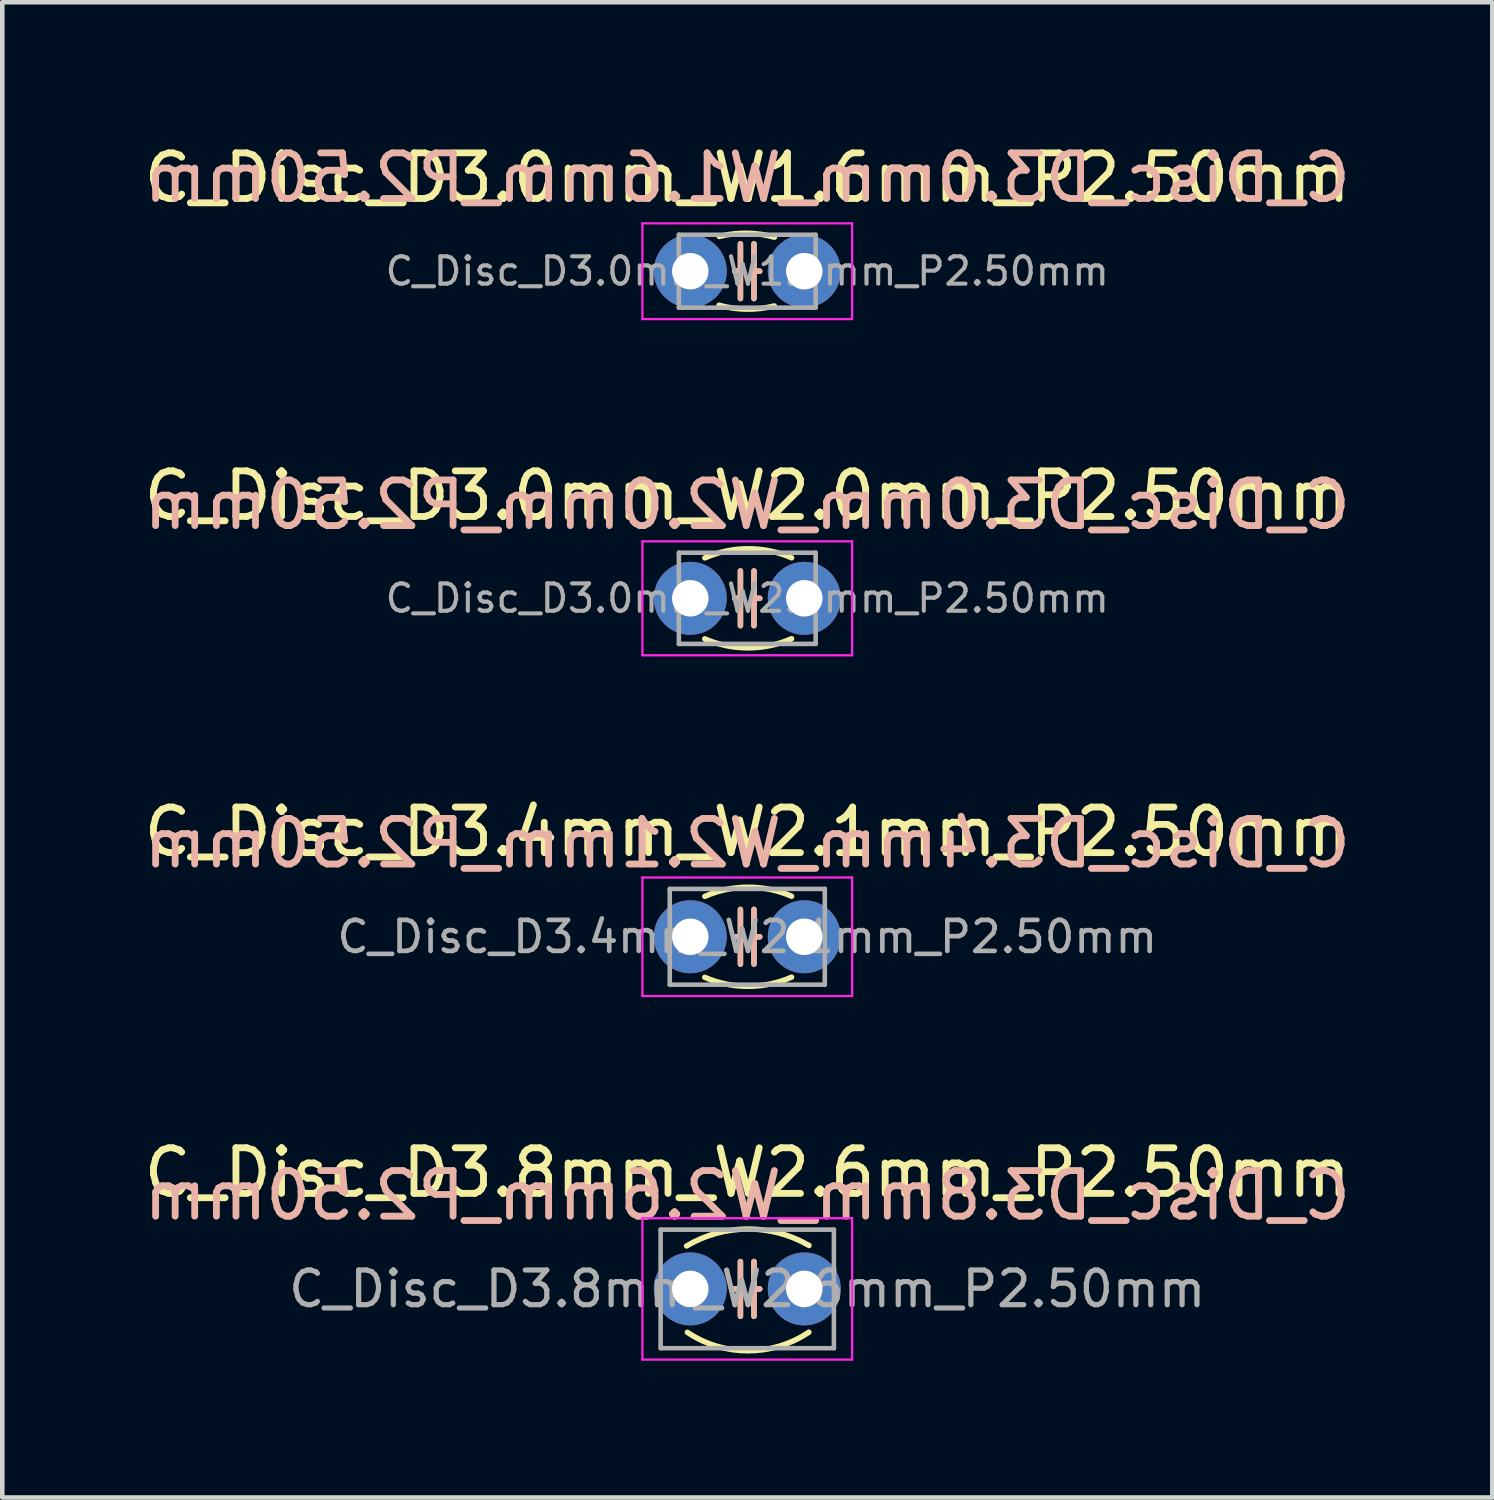
<source format=kicad_pcb>
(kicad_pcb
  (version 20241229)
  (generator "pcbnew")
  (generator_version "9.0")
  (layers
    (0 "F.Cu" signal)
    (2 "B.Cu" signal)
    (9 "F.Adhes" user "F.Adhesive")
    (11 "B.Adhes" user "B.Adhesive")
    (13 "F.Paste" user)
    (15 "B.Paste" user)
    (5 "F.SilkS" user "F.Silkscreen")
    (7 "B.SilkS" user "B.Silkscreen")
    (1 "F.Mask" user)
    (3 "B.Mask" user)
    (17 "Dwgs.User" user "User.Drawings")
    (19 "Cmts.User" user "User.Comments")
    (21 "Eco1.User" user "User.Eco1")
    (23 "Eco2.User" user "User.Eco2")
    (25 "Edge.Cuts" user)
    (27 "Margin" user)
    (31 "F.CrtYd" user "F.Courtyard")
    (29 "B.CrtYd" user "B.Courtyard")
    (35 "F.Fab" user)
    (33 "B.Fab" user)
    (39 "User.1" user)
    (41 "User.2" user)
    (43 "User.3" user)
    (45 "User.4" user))
  (footprint "C_Disc_D3.0mm_W2.0mm_P2.50mm"
    (layer "F.Cu")
    (at 12.089 10.072)
    (property "Reference" "C_Disc_D3.0mm_W2.0mm_P2.50mm" (at 1.25 -2.25 0) (layer "F.SilkS") (effects (font (size 1 1) (thickness 0.15))))
    (fp_line (start 0.973 0) (end 1.1 0) (stroke (width 0.12) (type solid)) (layer "F.SilkS"))
    (fp_line (start 1.1 0) (end 1.1 -0.6) (stroke (width 0.12) (type solid)) (layer "F.SilkS"))
    (fp_line (start 1.1 0) (end 1.1 0.6) (stroke (width 0.12) (type solid)) (layer "F.SilkS"))
    (fp_line (start 1.397 0) (end 1.397 -0.6) (stroke (width 0.12) (type solid)) (layer "F.SilkS"))
    (fp_line (start 1.397 0) (end 1.397 0.6) (stroke (width 0.12) (type solid)) (layer "F.SilkS"))
    (fp_line (start 1.524 0) (end 1.397 0) (stroke (width 0.12) (type solid)) (layer "F.SilkS"))
    (fp_arc (start 0.31877 -0.886114) (mid 1.270333 -1.08687) (end 2.2225 -0.889) (stroke (width 0.12) (type solid)) (layer "F.SilkS"))
    (fp_arc (start 2.22123 0.886114) (mid 1.269667 1.08687) (end 0.3175 0.889) (stroke (width 0.12) (type solid)) (layer "F.SilkS"))
    (fp_line (start 0.973 0) (end 1.1 0) (stroke (width 0.12) (type solid)) (layer "B.SilkS"))
    (fp_line (start 1.1 0) (end 1.1 -0.6) (stroke (width 0.12) (type solid)) (layer "B.SilkS"))
    (fp_line (start 1.1 0) (end 1.1 0.6) (stroke (width 0.12) (type solid)) (layer "B.SilkS"))
    (fp_line (start 1.397 0) (end 1.397 -0.6) (stroke (width 0.12) (type solid)) (layer "B.SilkS"))
    (fp_line (start 1.397 0) (end 1.397 0.6) (stroke (width 0.12) (type solid)) (layer "B.SilkS"))
    (fp_line (start 1.524 0) (end 1.397 0) (stroke (width 0.12) (type solid)) (layer "B.SilkS"))
    (fp_line (start -1.05 -1.25) (end -1.05 1.25) (stroke (width 0.05) (type solid)) (layer "F.CrtYd"))
    (fp_line (start -1.05 1.25) (end 3.55 1.25) (stroke (width 0.05) (type solid)) (layer "F.CrtYd"))
    (fp_line (start 3.55 -1.25) (end -1.05 -1.25) (stroke (width 0.05) (type solid)) (layer "F.CrtYd"))
    (fp_line (start 3.55 1.25) (end 3.55 -1.25) (stroke (width 0.05) (type solid)) (layer "F.CrtYd"))
    (fp_line (start -0.25 -1) (end -0.25 1) (stroke (width 0.1) (type solid)) (layer "F.Fab"))
    (fp_line (start -0.25 1) (end 2.75 1) (stroke (width 0.1) (type solid)) (layer "F.Fab"))
    (fp_line (start 2.75 -1) (end -0.25 -1) (stroke (width 0.1) (type solid)) (layer "F.Fab"))
    (fp_line (start 2.75 1) (end 2.75 -1) (stroke (width 0.1) (type solid)) (layer "F.Fab"))
    (fp_text user "${REFERENCE}" (at 1.25 -2.05 0) (layer "B.SilkS") (effects (font (size 1 1) (thickness 0.15)) (justify mirror)))
    (fp_text user "${REFERENCE}" (at 1.25 0 0) (layer "F.Fab") (effects (font (size 0.6 0.6) (thickness 0.09))))
    (pad "1" thru_hole circle (at 0 0) (size 1.6 1.6) (drill 0.8) (layers "*.Cu" "*.Mask"))
    (pad "2" thru_hole circle (at 2.5 0) (size 1.6 1.6) (drill 0.8) (layers "*.Cu" "*.Mask")))
  (footprint "C_Disc_D3.4mm_W2.1mm_P2.50mm"
    (layer "F.Cu")
    (at 12.089 17.495)
    (property "Reference" "C_Disc_D3.4mm_W2.1mm_P2.50mm" (at 1.25 -2.3 0) (layer "F.SilkS") (effects (font (size 1 1) (thickness 0.15))))
    (fp_line (start 0.973 0) (end 1.1 0) (stroke (width 0.12) (type solid)) (layer "F.SilkS"))
    (fp_line (start 1.1 0) (end 1.1 -0.6) (stroke (width 0.12) (type solid)) (layer "F.SilkS"))
    (fp_line (start 1.1 0) (end 1.1 0.6) (stroke (width 0.12) (type solid)) (layer "F.SilkS"))
    (fp_line (start 1.397 0) (end 1.397 -0.6) (stroke (width 0.12) (type solid)) (layer "F.SilkS"))
    (fp_line (start 1.397 0) (end 1.397 0.6) (stroke (width 0.12) (type solid)) (layer "F.SilkS"))
    (fp_line (start 1.524 0) (end 1.397 0) (stroke (width 0.12) (type solid)) (layer "F.SilkS"))
    (fp_arc (start 0.31877 -0.886114) (mid 1.270333 -1.08687) (end 2.2225 -0.889) (stroke (width 0.12) (type solid)) (layer "F.SilkS"))
    (fp_arc (start 2.22123 0.886114) (mid 1.269667 1.08687) (end 0.3175 0.889) (stroke (width 0.12) (type solid)) (layer "F.SilkS"))
    (fp_line (start 0.973 0) (end 1.1 0) (stroke (width 0.12) (type solid)) (layer "B.SilkS"))
    (fp_line (start 1.1 0) (end 1.1 -0.6) (stroke (width 0.12) (type solid)) (layer "B.SilkS"))
    (fp_line (start 1.1 0) (end 1.1 0.6) (stroke (width 0.12) (type solid)) (layer "B.SilkS"))
    (fp_line (start 1.397 0) (end 1.397 -0.6) (stroke (width 0.12) (type solid)) (layer "B.SilkS"))
    (fp_line (start 1.397 0) (end 1.397 0.6) (stroke (width 0.12) (type solid)) (layer "B.SilkS"))
    (fp_line (start 1.524 0) (end 1.397 0) (stroke (width 0.12) (type solid)) (layer "B.SilkS"))
    (fp_line (start -1.05 -1.3) (end -1.05 1.3) (stroke (width 0.05) (type solid)) (layer "F.CrtYd"))
    (fp_line (start -1.05 1.3) (end 3.55 1.3) (stroke (width 0.05) (type solid)) (layer "F.CrtYd"))
    (fp_line (start 3.55 -1.3) (end -1.05 -1.3) (stroke (width 0.05) (type solid)) (layer "F.CrtYd"))
    (fp_line (start 3.55 1.3) (end 3.55 -1.3) (stroke (width 0.05) (type solid)) (layer "F.CrtYd"))
    (fp_line (start -0.45 -1.05) (end -0.45 1.05) (stroke (width 0.1) (type solid)) (layer "F.Fab"))
    (fp_line (start -0.45 1.05) (end 2.95 1.05) (stroke (width 0.1) (type solid)) (layer "F.Fab"))
    (fp_line (start 2.95 -1.05) (end -0.45 -1.05) (stroke (width 0.1) (type solid)) (layer "F.Fab"))
    (fp_line (start 2.95 1.05) (end 2.95 -1.05) (stroke (width 0.1) (type solid)) (layer "F.Fab"))
    (fp_text user "${REFERENCE}" (at 1.25 -2.05 0) (layer "B.SilkS") (effects (font (size 1 1) (thickness 0.15)) (justify mirror)))
    (fp_text user "${REFERENCE}" (at 1.25 0 0) (layer "F.Fab") (effects (font (size 0.68 0.68) (thickness 0.102))))
    (pad "1" thru_hole circle (at 0 0) (size 1.6 1.6) (drill 0.8) (layers "*.Cu" "*.Mask"))
    (pad "2" thru_hole circle (at 2.5 0) (size 1.6 1.6) (drill 0.8) (layers "*.Cu" "*.Mask")))
  (footprint "C_Disc_D3.0mm_W1.6mm_P2.50mm"
    (layer "F.Cu")
    (at 12.089 2.898)
    (property "Reference" "C_Disc_D3.0mm_W1.6mm_P2.50mm" (at 1.25 -2.05 0) (layer "F.SilkS") (effects (font (size 1 1) (thickness 0.15))))
    (fp_line (start 0.973 0) (end 1.1 0) (stroke (width 0.12) (type solid)) (layer "F.SilkS"))
    (fp_line (start 1.1 0) (end 1.1 -0.6) (stroke (width 0.12) (type solid)) (layer "F.SilkS"))
    (fp_line (start 1.1 0) (end 1.1 0.6) (stroke (width 0.12) (type solid)) (layer "F.SilkS"))
    (fp_line (start 1.397 0) (end 1.397 -0.6) (stroke (width 0.12) (type solid)) (layer "F.SilkS"))
    (fp_line (start 1.397 0) (end 1.397 0.6) (stroke (width 0.12) (type solid)) (layer "F.SilkS"))
    (fp_line (start 1.524 0) (end 1.397 0) (stroke (width 0.12) (type solid)) (layer "F.SilkS"))
    (fp_arc (start 0.635 -0.762) (mid 1.241234 -0.832639) (end 1.845429 -0.746283) (stroke (width 0.12) (type solid)) (layer "F.SilkS"))
    (fp_arc (start 1.8415 0.762) (mid 1.235266 0.832639) (end 0.631071 0.746283) (stroke (width 0.12) (type solid)) (layer "F.SilkS"))
    (fp_line (start 0.973 0) (end 1.1 0) (stroke (width 0.12) (type solid)) (layer "B.SilkS"))
    (fp_line (start 1.1 0) (end 1.1 -0.6) (stroke (width 0.12) (type solid)) (layer "B.SilkS"))
    (fp_line (start 1.1 0) (end 1.1 0.6) (stroke (width 0.12) (type solid)) (layer "B.SilkS"))
    (fp_line (start 1.397 0) (end 1.397 -0.6) (stroke (width 0.12) (type solid)) (layer "B.SilkS"))
    (fp_line (start 1.397 0) (end 1.397 0.6) (stroke (width 0.12) (type solid)) (layer "B.SilkS"))
    (fp_line (start 1.524 0) (end 1.397 0) (stroke (width 0.12) (type solid)) (layer "B.SilkS"))
    (fp_line (start -1.05 -1.05) (end -1.05 1.05) (stroke (width 0.05) (type solid)) (layer "F.CrtYd"))
    (fp_line (start -1.05 1.05) (end 3.55 1.05) (stroke (width 0.05) (type solid)) (layer "F.CrtYd"))
    (fp_line (start 3.55 -1.05) (end -1.05 -1.05) (stroke (width 0.05) (type solid)) (layer "F.CrtYd"))
    (fp_line (start 3.55 1.05) (end 3.55 -1.05) (stroke (width 0.05) (type solid)) (layer "F.CrtYd"))
    (fp_line (start -0.25 -0.8) (end -0.25 0.8) (stroke (width 0.1) (type solid)) (layer "F.Fab"))
    (fp_line (start -0.25 0.8) (end 2.75 0.8) (stroke (width 0.1) (type solid)) (layer "F.Fab"))
    (fp_line (start 2.75 -0.8) (end -0.25 -0.8) (stroke (width 0.1) (type solid)) (layer "F.Fab"))
    (fp_line (start 2.75 0.8) (end 2.75 -0.8) (stroke (width 0.1) (type solid)) (layer "F.Fab"))
    (fp_text user "${REFERENCE}" (at 1.25 -2.05 0) (layer "B.SilkS") (effects (font (size 1 1) (thickness 0.15)) (justify mirror)))
    (fp_text user "${REFERENCE}" (at 1.25 0 0) (layer "F.Fab") (effects (font (size 0.6 0.6) (thickness 0.09))))
    (pad "1" thru_hole circle (at 0 0) (size 1.6 1.6) (drill 0.8) (layers "*.Cu" "*.Mask"))
    (pad "2" thru_hole circle (at 2.5 0) (size 1.6 1.6) (drill 0.8) (layers "*.Cu" "*.Mask")))
  (footprint "C_Disc_D3.8mm_W2.6mm_P2.50mm"
    (layer "F.Cu")
    (at 12.089 25.218)
    (property "Reference" "C_Disc_D3.8mm_W2.6mm_P2.50mm" (at 1.25 -2.55 0) (layer "F.SilkS") (effects (font (size 1 1) (thickness 0.15))))
    (fp_line (start 0.973 0) (end 1.1 0) (stroke (width 0.12) (type solid)) (layer "F.SilkS"))
    (fp_line (start 1.1 0) (end 1.1 -0.6) (stroke (width 0.12) (type solid)) (layer "F.SilkS"))
    (fp_line (start 1.1 0) (end 1.1 0.6) (stroke (width 0.12) (type solid)) (layer "F.SilkS"))
    (fp_line (start 1.397 0) (end 1.397 -0.6) (stroke (width 0.12) (type solid)) (layer "F.SilkS"))
    (fp_line (start 1.397 0) (end 1.397 0.6) (stroke (width 0.12) (type solid)) (layer "F.SilkS"))
    (fp_line (start 1.524 0) (end 1.397 0) (stroke (width 0.12) (type solid)) (layer "F.SilkS"))
    (fp_arc (start -0.081146 -0.942115) (mid 1.259762 -1.312991) (end 2.6035 -0.9525) (stroke (width 0.12) (type solid)) (layer "F.SilkS"))
    (fp_arc (start 2.601045 0.948863) (mid 1.269328 1.357258) (end -0.0635 0.9525) (stroke (width 0.12) (type solid)) (layer "F.SilkS"))
    (fp_line (start 0.973 0) (end 1.1 0) (stroke (width 0.12) (type solid)) (layer "B.SilkS"))
    (fp_line (start 1.1 0) (end 1.1 -0.6) (stroke (width 0.12) (type solid)) (layer "B.SilkS"))
    (fp_line (start 1.1 0) (end 1.1 0.6) (stroke (width 0.12) (type solid)) (layer "B.SilkS"))
    (fp_line (start 1.397 0) (end 1.397 -0.6) (stroke (width 0.12) (type solid)) (layer "B.SilkS"))
    (fp_line (start 1.397 0) (end 1.397 0.6) (stroke (width 0.12) (type solid)) (layer "B.SilkS"))
    (fp_line (start 1.524 0) (end 1.397 0) (stroke (width 0.12) (type solid)) (layer "B.SilkS"))
    (fp_line (start -1.05 -1.55) (end -1.05 1.55) (stroke (width 0.05) (type solid)) (layer "F.CrtYd"))
    (fp_line (start -1.05 1.55) (end 3.55 1.55) (stroke (width 0.05) (type solid)) (layer "F.CrtYd"))
    (fp_line (start 3.55 -1.55) (end -1.05 -1.55) (stroke (width 0.05) (type solid)) (layer "F.CrtYd"))
    (fp_line (start 3.55 1.55) (end 3.55 -1.55) (stroke (width 0.05) (type solid)) (layer "F.CrtYd"))
    (fp_line (start -0.65 -1.3) (end -0.65 1.3) (stroke (width 0.1) (type solid)) (layer "F.Fab"))
    (fp_line (start -0.65 1.3) (end 3.15 1.3) (stroke (width 0.1) (type solid)) (layer "F.Fab"))
    (fp_line (start 3.15 -1.3) (end -0.65 -1.3) (stroke (width 0.1) (type solid)) (layer "F.Fab"))
    (fp_line (start 3.15 1.3) (end 3.15 -1.3) (stroke (width 0.1) (type solid)) (layer "F.Fab"))
    (fp_text user "${REFERENCE}" (at 1.25 -2.05 0) (layer "B.SilkS") (effects (font (size 1 1) (thickness 0.15)) (justify mirror)))
    (fp_text user "${REFERENCE}" (at 1.25 0 0) (layer "F.Fab") (effects (font (size 0.76 0.76) (thickness 0.114))))
    (pad "1" thru_hole circle (at 0 0) (size 1.6 1.6) (drill 0.8) (layers "*.Cu" "*.Mask"))
    (pad "2" thru_hole circle (at 2.5 0) (size 1.6 1.6) (drill 0.8) (layers "*.Cu" "*.Mask")))
  (gr_rect
    (start -3 -3)
    (end 29.679 29.793)
    (stroke (width 0.1) (type default))
    (fill no)
    (layer "Edge.Cuts")))
</source>
